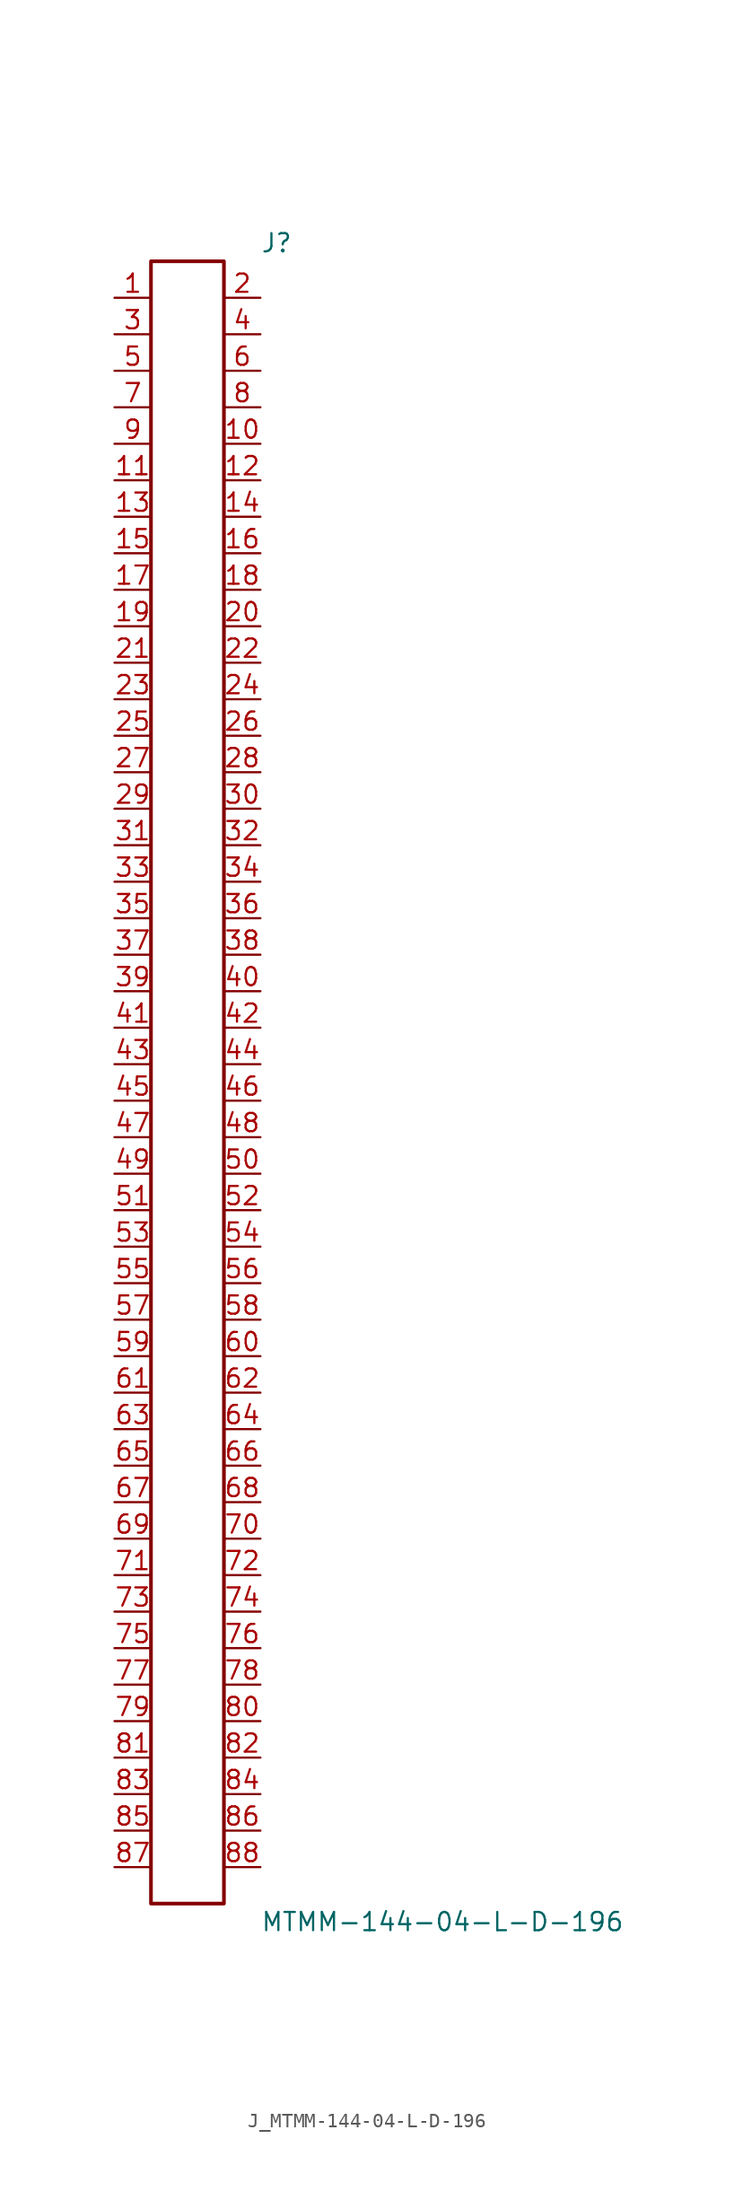
<source format=kicad_sym>
(kicad_symbol_lib
  (version 20231120)
  (generator kicad_symbol_editor)
  (generator_version 8.0)
  (symbol "J_MTMM-144-04-L-D-196"
    (pin_names
      (offset 0.254))
    (property "Reference" "J"
      (at 5.08 58.42 0)
      (effects (font (size 1.27 1.27)) (justify left)))
    (property "Value" "MTMM-144-04-L-D-196"
      (at 5.08 -58.42 0)
      (effects (font (size 1.27 1.27)) (justify left)))
    (symbol "J_MTMM-144-04-L-D-196_0_0"
      (pin passive line (at -5.08 54.61 0) (length 2.54) (name "" (effects (font (size 1.27 1.27)))) (number "1" (effects (font (size 1.27 1.27)))))
      (pin passive line (at 5.08 54.61 180) (length 2.54) (name "" (effects (font (size 1.27 1.27)))) (number "2" (effects (font (size 1.27 1.27)))))
      (pin passive line (at -5.08 52.07 0) (length 2.54) (name "" (effects (font (size 1.27 1.27)))) (number "3" (effects (font (size 1.27 1.27)))))
      (pin passive line (at 5.08 52.07 180) (length 2.54) (name "" (effects (font (size 1.27 1.27)))) (number "4" (effects (font (size 1.27 1.27)))))
      (pin passive line (at -5.08 49.53 0) (length 2.54) (name "" (effects (font (size 1.27 1.27)))) (number "5" (effects (font (size 1.27 1.27)))))
      (pin passive line (at 5.08 49.53 180) (length 2.54) (name "" (effects (font (size 1.27 1.27)))) (number "6" (effects (font (size 1.27 1.27)))))
      (pin passive line (at -5.08 46.99 0) (length 2.54) (name "" (effects (font (size 1.27 1.27)))) (number "7" (effects (font (size 1.27 1.27)))))
      (pin passive line (at 5.08 46.99 180) (length 2.54) (name "" (effects (font (size 1.27 1.27)))) (number "8" (effects (font (size 1.27 1.27)))))
      (pin passive line (at -5.08 44.45 0) (length 2.54) (name "" (effects (font (size 1.27 1.27)))) (number "9" (effects (font (size 1.27 1.27)))))
      (pin passive line (at 5.08 44.45 180) (length 2.54) (name "" (effects (font (size 1.27 1.27)))) (number "10" (effects (font (size 1.27 1.27)))))
      (pin passive line (at -5.08 41.91 0) (length 2.54) (name "" (effects (font (size 1.27 1.27)))) (number "11" (effects (font (size 1.27 1.27)))))
      (pin passive line (at 5.08 41.91 180) (length 2.54) (name "" (effects (font (size 1.27 1.27)))) (number "12" (effects (font (size 1.27 1.27)))))
      (pin passive line (at -5.08 39.37 0) (length 2.54) (name "" (effects (font (size 1.27 1.27)))) (number "13" (effects (font (size 1.27 1.27)))))
      (pin passive line (at 5.08 39.37 180) (length 2.54) (name "" (effects (font (size 1.27 1.27)))) (number "14" (effects (font (size 1.27 1.27)))))
      (pin passive line (at -5.08 36.83 0) (length 2.54) (name "" (effects (font (size 1.27 1.27)))) (number "15" (effects (font (size 1.27 1.27)))))
      (pin passive line (at 5.08 36.83 180) (length 2.54) (name "" (effects (font (size 1.27 1.27)))) (number "16" (effects (font (size 1.27 1.27)))))
      (pin passive line (at -5.08 34.29 0) (length 2.54) (name "" (effects (font (size 1.27 1.27)))) (number "17" (effects (font (size 1.27 1.27)))))
      (pin passive line (at 5.08 34.29 180) (length 2.54) (name "" (effects (font (size 1.27 1.27)))) (number "18" (effects (font (size 1.27 1.27)))))
      (pin passive line (at -5.08 31.75 0) (length 2.54) (name "" (effects (font (size 1.27 1.27)))) (number "19" (effects (font (size 1.27 1.27)))))
      (pin passive line (at 5.08 31.75 180) (length 2.54) (name "" (effects (font (size 1.27 1.27)))) (number "20" (effects (font (size 1.27 1.27)))))
      (pin passive line (at -5.08 29.21 0) (length 2.54) (name "" (effects (font (size 1.27 1.27)))) (number "21" (effects (font (size 1.27 1.27)))))
      (pin passive line (at 5.08 29.21 180) (length 2.54) (name "" (effects (font (size 1.27 1.27)))) (number "22" (effects (font (size 1.27 1.27)))))
      (pin passive line (at -5.08 26.67 0) (length 2.54) (name "" (effects (font (size 1.27 1.27)))) (number "23" (effects (font (size 1.27 1.27)))))
      (pin passive line (at 5.08 26.67 180) (length 2.54) (name "" (effects (font (size 1.27 1.27)))) (number "24" (effects (font (size 1.27 1.27)))))
      (pin passive line (at -5.08 24.13 0) (length 2.54) (name "" (effects (font (size 1.27 1.27)))) (number "25" (effects (font (size 1.27 1.27)))))
      (pin passive line (at 5.08 24.13 180) (length 2.54) (name "" (effects (font (size 1.27 1.27)))) (number "26" (effects (font (size 1.27 1.27)))))
      (pin passive line (at -5.08 21.59 0) (length 2.54) (name "" (effects (font (size 1.27 1.27)))) (number "27" (effects (font (size 1.27 1.27)))))
      (pin passive line (at 5.08 21.59 180) (length 2.54) (name "" (effects (font (size 1.27 1.27)))) (number "28" (effects (font (size 1.27 1.27)))))
      (pin passive line (at -5.08 19.05 0) (length 2.54) (name "" (effects (font (size 1.27 1.27)))) (number "29" (effects (font (size 1.27 1.27)))))
      (pin passive line (at 5.08 19.05 180) (length 2.54) (name "" (effects (font (size 1.27 1.27)))) (number "30" (effects (font (size 1.27 1.27)))))
      (pin passive line (at -5.08 16.51 0) (length 2.54) (name "" (effects (font (size 1.27 1.27)))) (number "31" (effects (font (size 1.27 1.27)))))
      (pin passive line (at 5.08 16.51 180) (length 2.54) (name "" (effects (font (size 1.27 1.27)))) (number "32" (effects (font (size 1.27 1.27)))))
      (pin passive line (at -5.08 13.97 0) (length 2.54) (name "" (effects (font (size 1.27 1.27)))) (number "33" (effects (font (size 1.27 1.27)))))
      (pin passive line (at 5.08 13.97 180) (length 2.54) (name "" (effects (font (size 1.27 1.27)))) (number "34" (effects (font (size 1.27 1.27)))))
      (pin passive line (at -5.08 11.43 0) (length 2.54) (name "" (effects (font (size 1.27 1.27)))) (number "35" (effects (font (size 1.27 1.27)))))
      (pin passive line (at 5.08 11.43 180) (length 2.54) (name "" (effects (font (size 1.27 1.27)))) (number "36" (effects (font (size 1.27 1.27)))))
      (pin passive line (at -5.08 8.89 0) (length 2.54) (name "" (effects (font (size 1.27 1.27)))) (number "37" (effects (font (size 1.27 1.27)))))
      (pin passive line (at 5.08 8.89 180) (length 2.54) (name "" (effects (font (size 1.27 1.27)))) (number "38" (effects (font (size 1.27 1.27)))))
      (pin passive line (at -5.08 6.35 0) (length 2.54) (name "" (effects (font (size 1.27 1.27)))) (number "39" (effects (font (size 1.27 1.27)))))
      (pin passive line (at 5.08 6.35 180) (length 2.54) (name "" (effects (font (size 1.27 1.27)))) (number "40" (effects (font (size 1.27 1.27)))))
      (pin passive line (at -5.08 3.81 0) (length 2.54) (name "" (effects (font (size 1.27 1.27)))) (number "41" (effects (font (size 1.27 1.27)))))
      (pin passive line (at 5.08 3.81 180) (length 2.54) (name "" (effects (font (size 1.27 1.27)))) (number "42" (effects (font (size 1.27 1.27)))))
      (pin passive line (at -5.08 1.27 0) (length 2.54) (name "" (effects (font (size 1.27 1.27)))) (number "43" (effects (font (size 1.27 1.27)))))
      (pin passive line (at 5.08 1.27 180) (length 2.54) (name "" (effects (font (size 1.27 1.27)))) (number "44" (effects (font (size 1.27 1.27)))))
      (pin passive line (at -5.08 -1.27 0) (length 2.54) (name "" (effects (font (size 1.27 1.27)))) (number "45" (effects (font (size 1.27 1.27)))))
      (pin passive line (at 5.08 -1.27 180) (length 2.54) (name "" (effects (font (size 1.27 1.27)))) (number "46" (effects (font (size 1.27 1.27)))))
      (pin passive line (at -5.08 -3.81 0) (length 2.54) (name "" (effects (font (size 1.27 1.27)))) (number "47" (effects (font (size 1.27 1.27)))))
      (pin passive line (at 5.08 -3.81 180) (length 2.54) (name "" (effects (font (size 1.27 1.27)))) (number "48" (effects (font (size 1.27 1.27)))))
      (pin passive line (at -5.08 -6.35 0) (length 2.54) (name "" (effects (font (size 1.27 1.27)))) (number "49" (effects (font (size 1.27 1.27)))))
      (pin passive line (at 5.08 -6.35 180) (length 2.54) (name "" (effects (font (size 1.27 1.27)))) (number "50" (effects (font (size 1.27 1.27)))))
      (pin passive line (at -5.08 -8.89 0) (length 2.54) (name "" (effects (font (size 1.27 1.27)))) (number "51" (effects (font (size 1.27 1.27)))))
      (pin passive line (at 5.08 -8.89 180) (length 2.54) (name "" (effects (font (size 1.27 1.27)))) (number "52" (effects (font (size 1.27 1.27)))))
      (pin passive line (at -5.08 -11.43 0) (length 2.54) (name "" (effects (font (size 1.27 1.27)))) (number "53" (effects (font (size 1.27 1.27)))))
      (pin passive line (at 5.08 -11.43 180) (length 2.54) (name "" (effects (font (size 1.27 1.27)))) (number "54" (effects (font (size 1.27 1.27)))))
      (pin passive line (at -5.08 -13.97 0) (length 2.54) (name "" (effects (font (size 1.27 1.27)))) (number "55" (effects (font (size 1.27 1.27)))))
      (pin passive line (at 5.08 -13.97 180) (length 2.54) (name "" (effects (font (size 1.27 1.27)))) (number "56" (effects (font (size 1.27 1.27)))))
      (pin passive line (at -5.08 -16.51 0) (length 2.54) (name "" (effects (font (size 1.27 1.27)))) (number "57" (effects (font (size 1.27 1.27)))))
      (pin passive line (at 5.08 -16.51 180) (length 2.54) (name "" (effects (font (size 1.27 1.27)))) (number "58" (effects (font (size 1.27 1.27)))))
      (pin passive line (at -5.08 -19.05 0) (length 2.54) (name "" (effects (font (size 1.27 1.27)))) (number "59" (effects (font (size 1.27 1.27)))))
      (pin passive line (at 5.08 -19.05 180) (length 2.54) (name "" (effects (font (size 1.27 1.27)))) (number "60" (effects (font (size 1.27 1.27)))))
      (pin passive line (at -5.08 -21.59 0) (length 2.54) (name "" (effects (font (size 1.27 1.27)))) (number "61" (effects (font (size 1.27 1.27)))))
      (pin passive line (at 5.08 -21.59 180) (length 2.54) (name "" (effects (font (size 1.27 1.27)))) (number "62" (effects (font (size 1.27 1.27)))))
      (pin passive line (at -5.08 -24.13 0) (length 2.54) (name "" (effects (font (size 1.27 1.27)))) (number "63" (effects (font (size 1.27 1.27)))))
      (pin passive line (at 5.08 -24.13 180) (length 2.54) (name "" (effects (font (size 1.27 1.27)))) (number "64" (effects (font (size 1.27 1.27)))))
      (pin passive line (at -5.08 -26.67 0) (length 2.54) (name "" (effects (font (size 1.27 1.27)))) (number "65" (effects (font (size 1.27 1.27)))))
      (pin passive line (at 5.08 -26.67 180) (length 2.54) (name "" (effects (font (size 1.27 1.27)))) (number "66" (effects (font (size 1.27 1.27)))))
      (pin passive line (at -5.08 -29.21 0) (length 2.54) (name "" (effects (font (size 1.27 1.27)))) (number "67" (effects (font (size 1.27 1.27)))))
      (pin passive line (at 5.08 -29.21 180) (length 2.54) (name "" (effects (font (size 1.27 1.27)))) (number "68" (effects (font (size 1.27 1.27)))))
      (pin passive line (at -5.08 -31.75 0) (length 2.54) (name "" (effects (font (size 1.27 1.27)))) (number "69" (effects (font (size 1.27 1.27)))))
      (pin passive line (at 5.08 -31.75 180) (length 2.54) (name "" (effects (font (size 1.27 1.27)))) (number "70" (effects (font (size 1.27 1.27)))))
      (pin passive line (at -5.08 -34.29 0) (length 2.54) (name "" (effects (font (size 1.27 1.27)))) (number "71" (effects (font (size 1.27 1.27)))))
      (pin passive line (at 5.08 -34.29 180) (length 2.54) (name "" (effects (font (size 1.27 1.27)))) (number "72" (effects (font (size 1.27 1.27)))))
      (pin passive line (at -5.08 -36.83 0) (length 2.54) (name "" (effects (font (size 1.27 1.27)))) (number "73" (effects (font (size 1.27 1.27)))))
      (pin passive line (at 5.08 -36.83 180) (length 2.54) (name "" (effects (font (size 1.27 1.27)))) (number "74" (effects (font (size 1.27 1.27)))))
      (pin passive line (at -5.08 -39.37 0) (length 2.54) (name "" (effects (font (size 1.27 1.27)))) (number "75" (effects (font (size 1.27 1.27)))))
      (pin passive line (at 5.08 -39.37 180) (length 2.54) (name "" (effects (font (size 1.27 1.27)))) (number "76" (effects (font (size 1.27 1.27)))))
      (pin passive line (at -5.08 -41.91 0) (length 2.54) (name "" (effects (font (size 1.27 1.27)))) (number "77" (effects (font (size 1.27 1.27)))))
      (pin passive line (at 5.08 -41.91 180) (length 2.54) (name "" (effects (font (size 1.27 1.27)))) (number "78" (effects (font (size 1.27 1.27)))))
      (pin passive line (at -5.08 -44.45 0) (length 2.54) (name "" (effects (font (size 1.27 1.27)))) (number "79" (effects (font (size 1.27 1.27)))))
      (pin passive line (at 5.08 -44.45 180) (length 2.54) (name "" (effects (font (size 1.27 1.27)))) (number "80" (effects (font (size 1.27 1.27)))))
      (pin passive line (at -5.08 -46.99 0) (length 2.54) (name "" (effects (font (size 1.27 1.27)))) (number "81" (effects (font (size 1.27 1.27)))))
      (pin passive line (at 5.08 -46.99 180) (length 2.54) (name "" (effects (font (size 1.27 1.27)))) (number "82" (effects (font (size 1.27 1.27)))))
      (pin passive line (at -5.08 -49.53 0) (length 2.54) (name "" (effects (font (size 1.27 1.27)))) (number "83" (effects (font (size 1.27 1.27)))))
      (pin passive line (at 5.08 -49.53 180) (length 2.54) (name "" (effects (font (size 1.27 1.27)))) (number "84" (effects (font (size 1.27 1.27)))))
      (pin passive line (at -5.08 -52.07 0) (length 2.54) (name "" (effects (font (size 1.27 1.27)))) (number "85" (effects (font (size 1.27 1.27)))))
      (pin passive line (at 5.08 -52.07 180) (length 2.54) (name "" (effects (font (size 1.27 1.27)))) (number "86" (effects (font (size 1.27 1.27)))))
      (pin passive line (at -5.08 -54.61 0) (length 2.54) (name "" (effects (font (size 1.27 1.27)))) (number "87" (effects (font (size 1.27 1.27)))))
      (pin passive line (at 5.08 -54.61 180) (length 2.54) (name "" (effects (font (size 1.27 1.27)))) (number "88" (effects (font (size 1.27 1.27))))))
    (symbol "J_MTMM-144-04-L-D-196_1_0"
      (rectangle (start -2.54 57.15) (end 2.54 -57.15) (stroke (width 0.254) (type solid)) (fill (type none))))))
</source>
